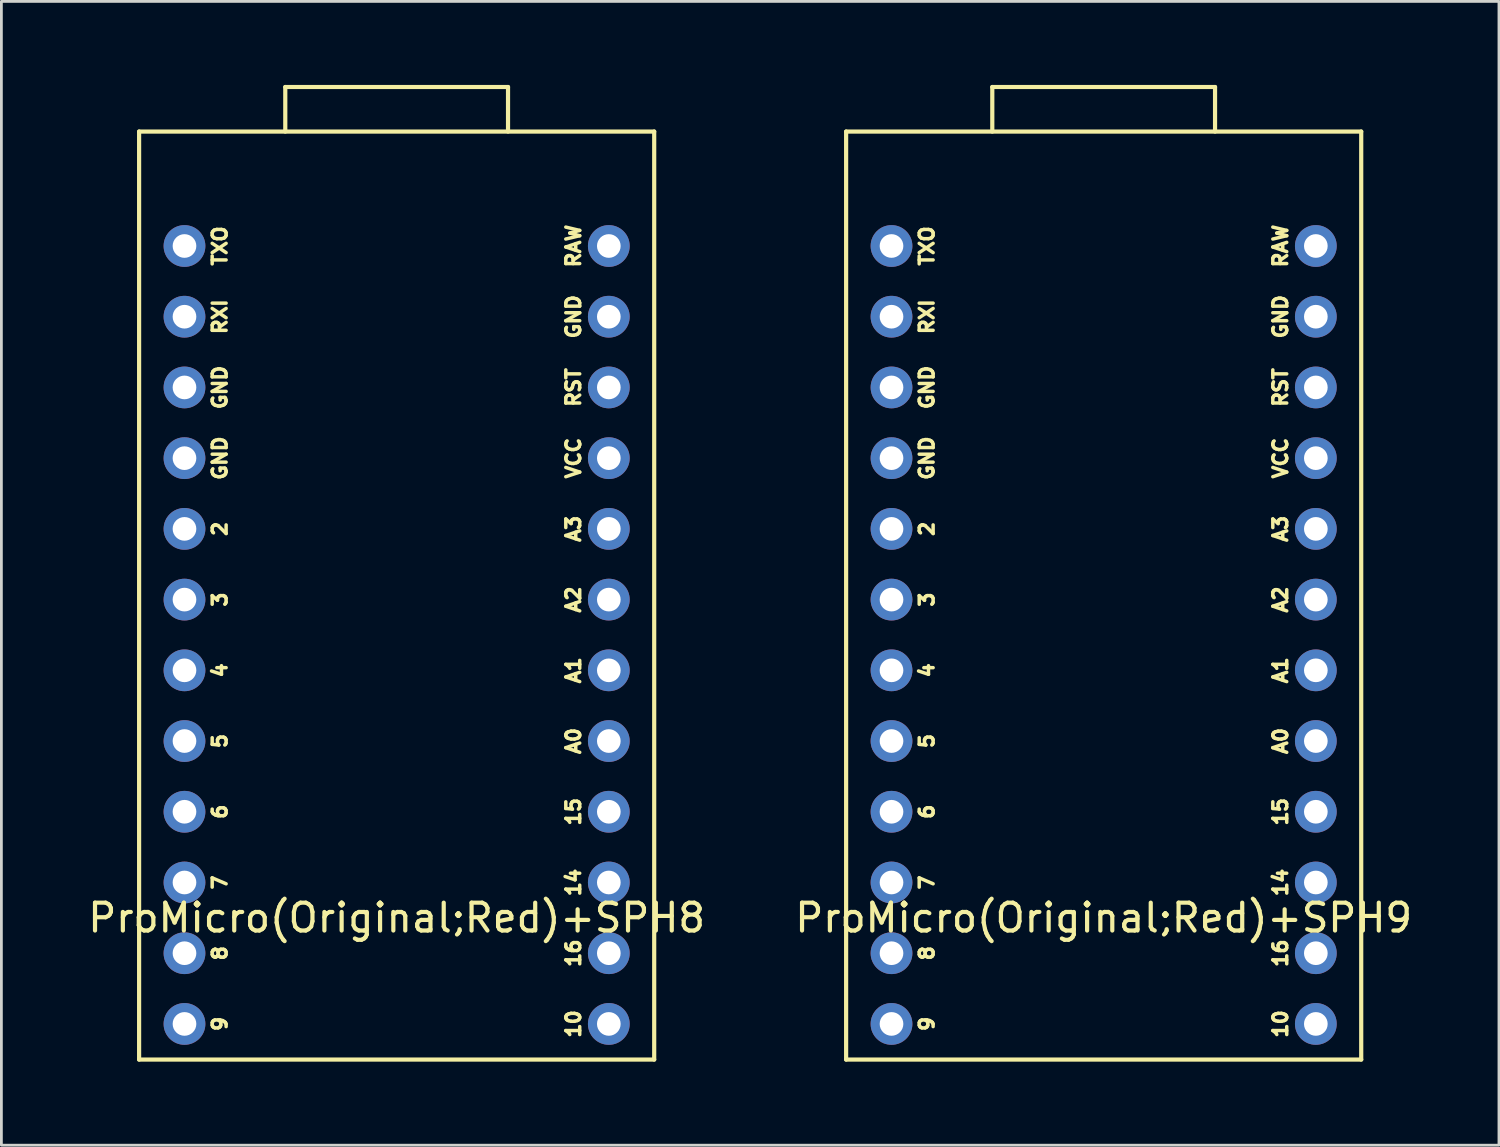
<source format=kicad_pcb>
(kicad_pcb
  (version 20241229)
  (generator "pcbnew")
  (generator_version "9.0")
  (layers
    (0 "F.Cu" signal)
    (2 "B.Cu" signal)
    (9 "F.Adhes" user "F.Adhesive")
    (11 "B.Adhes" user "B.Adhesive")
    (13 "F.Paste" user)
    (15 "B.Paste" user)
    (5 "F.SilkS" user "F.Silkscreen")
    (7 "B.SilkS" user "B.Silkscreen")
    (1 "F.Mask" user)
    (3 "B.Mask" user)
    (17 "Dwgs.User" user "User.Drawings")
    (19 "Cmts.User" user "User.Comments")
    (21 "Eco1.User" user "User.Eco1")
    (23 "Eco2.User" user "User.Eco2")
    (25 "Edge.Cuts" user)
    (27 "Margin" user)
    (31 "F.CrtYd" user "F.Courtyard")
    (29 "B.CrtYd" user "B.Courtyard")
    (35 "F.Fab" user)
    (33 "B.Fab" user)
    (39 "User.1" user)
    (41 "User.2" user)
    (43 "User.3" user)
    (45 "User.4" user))
  (footprint "ProMicro(Original;Red)+SPH9"
    (layer "F.Cu")
    (at 28.969 5.785)
    (property "Reference" "ProMicro(Original;Red)+SPH9" (at 7.62 24.13 0) (layer "F.SilkS") (effects (font (size 1 1) (thickness 0.15))))
    (attr through_hole)
    (fp_line (start -1.63 -4.11) (end -1.63 29.22) (stroke (width 0.15) (type solid)) (layer "F.SilkS"))
    (fp_line (start -1.63 29.22) (end 16.87 29.22) (stroke (width 0.15) (type solid)) (layer "F.SilkS"))
    (fp_line (start 3.62 -5.71) (end 11.62 -5.71) (stroke (width 0.15) (type solid)) (layer "F.SilkS"))
    (fp_line (start 3.62 -4.11) (end 3.62 -5.71) (stroke (width 0.15) (type solid)) (layer "F.SilkS"))
    (fp_line (start 11.62 -5.71) (end 11.62 -4.11) (stroke (width 0.15) (type solid)) (layer "F.SilkS"))
    (fp_line (start 16.87 -4.11) (end -1.63 -4.11) (stroke (width 0.15) (type solid)) (layer "F.SilkS"))
    (fp_line (start 16.87 29.22) (end 16.87 -4.11) (stroke (width 0.15) (type solid)) (layer "F.SilkS"))
    (fp_text user "VCC" (at 13.97 7.62 90) (layer "F.SilkS") (effects (font (size 0.5 0.5) (thickness 0.125))))
    (fp_text user "4" (at 1.27 15.24 90) (layer "F.SilkS") (effects (font (size 0.5 0.5) (thickness 0.125))))
    (fp_text user "A2" (at 13.97 12.7 90) (layer "F.SilkS") (effects (font (size 0.5 0.5) (thickness 0.125))))
    (fp_text user "2" (at 1.27 10.16 90) (layer "F.SilkS") (effects (font (size 0.5 0.5) (thickness 0.125))))
    (fp_text user "RXI" (at 1.27 2.54 90) (layer "F.SilkS") (effects (font (size 0.5 0.5) (thickness 0.125))))
    (fp_text user "RAW" (at 13.97 0 90) (layer "F.SilkS") (effects (font (size 0.5 0.5) (thickness 0.125))))
    (fp_text user "14" (at 13.97 22.86 90) (layer "F.SilkS") (effects (font (size 0.5 0.5) (thickness 0.125))))
    (fp_text user "TXO" (at 1.27 0 90) (layer "F.SilkS") (effects (font (size 0.5 0.5) (thickness 0.125))))
    (fp_text user "5" (at 1.27 17.78 90) (layer "F.SilkS") (effects (font (size 0.5 0.5) (thickness 0.125))))
    (fp_text user "A0" (at 13.97 17.78 90) (layer "F.SilkS") (effects (font (size 0.5 0.5) (thickness 0.125))))
    (fp_text user "8" (at 1.27 25.4 90) (layer "F.SilkS") (effects (font (size 0.5 0.5) (thickness 0.125))))
    (fp_text user "GND" (at 13.97 2.54 90) (layer "F.SilkS") (effects (font (size 0.5 0.5) (thickness 0.125))))
    (fp_text user "GND" (at 1.27 7.62 90) (layer "F.SilkS") (effects (font (size 0.5 0.5) (thickness 0.125))))
    (fp_text user "3" (at 1.27 12.7 90) (layer "F.SilkS") (effects (font (size 0.5 0.5) (thickness 0.125))))
    (fp_text user "GND" (at 1.27 5.08 90) (layer "F.SilkS") (effects (font (size 0.5 0.5) (thickness 0.125))))
    (fp_text user "15" (at 13.97 20.32 90) (layer "F.SilkS") (effects (font (size 0.5 0.5) (thickness 0.125))))
    (fp_text user "A1" (at 13.97 15.24 90) (layer "F.SilkS") (effects (font (size 0.5 0.5) (thickness 0.125))))
    (fp_text user "7" (at 1.27 22.86 90) (layer "F.SilkS") (effects (font (size 0.5 0.5) (thickness 0.125))))
    (fp_text user "A3" (at 13.97 10.16 90) (layer "F.SilkS") (effects (font (size 0.5 0.5) (thickness 0.125))))
    (fp_text user "9" (at 1.27 27.94 90) (layer "F.SilkS") (effects (font (size 0.5 0.5) (thickness 0.125))))
    (fp_text user "RST" (at 13.97 5.08 90) (layer "F.SilkS") (effects (font (size 0.5 0.5) (thickness 0.125))))
    (fp_text user "6" (at 1.27 20.32 90) (layer "F.SilkS") (effects (font (size 0.5 0.5) (thickness 0.125))))
    (fp_text user "16" (at 13.97 25.4 90) (layer "F.SilkS") (effects (font (size 0.5 0.5) (thickness 0.125))))
    (fp_text user "10" (at 13.97 27.94 90) (layer "F.SilkS") (effects (font (size 0.5 0.5) (thickness 0.125))))
    (pad "2" thru_hole circle (at 0 10.16) (size 1.5 1.5) (drill 0.85) (layers "*.Cu" "*.Mask"))
    (pad "3" thru_hole circle (at 0 12.7) (size 1.5 1.5) (drill 0.85) (layers "*.Cu" "*.Mask"))
    (pad "4" thru_hole circle (at 0 15.24) (size 1.5 1.5) (drill 0.85) (layers "*.Cu" "*.Mask"))
    (pad "5" thru_hole circle (at 0 17.78) (size 1.5 1.5) (drill 0.85) (layers "*.Cu" "*.Mask"))
    (pad "6" thru_hole circle (at 0 20.32) (size 1.5 1.5) (drill 0.85) (layers "*.Cu" "*.Mask"))
    (pad "7" thru_hole circle (at 0 22.86) (size 1.5 1.5) (drill 0.85) (layers "*.Cu" "*.Mask"))
    (pad "8" thru_hole circle (at 0 25.4) (size 1.5 1.5) (drill 0.85) (layers "*.Cu" "*.Mask"))
    (pad "9" thru_hole circle (at 0 27.94) (size 1.5 1.5) (drill 0.85) (layers "*.Cu" "*.Mask"))
    (pad "10" thru_hole circle (at 15.24 27.94) (size 1.5 1.5) (drill 0.85) (layers "*.Cu" "*.Mask"))
    (pad "14" thru_hole circle (at 15.24 22.86) (size 1.5 1.5) (drill 0.85) (layers "*.Cu" "*.Mask"))
    (pad "15" thru_hole circle (at 15.24 20.32) (size 1.5 1.5) (drill 0.85) (layers "*.Cu" "*.Mask"))
    (pad "16" thru_hole circle (at 15.24 25.4) (size 1.5 1.5) (drill 0.85) (layers "*.Cu" "*.Mask"))
    (pad "A0" thru_hole circle (at 15.24 17.78) (size 1.5 1.5) (drill 0.85) (layers "*.Cu" "*.Mask"))
    (pad "A1" thru_hole circle (at 15.24 15.24) (size 1.5 1.5) (drill 0.85) (layers "*.Cu" "*.Mask"))
    (pad "A2" thru_hole circle (at 15.24 12.7) (size 1.5 1.5) (drill 0.85) (layers "*.Cu" "*.Mask"))
    (pad "A3" thru_hole circle (at 15.24 10.16) (size 1.5 1.5) (drill 0.85) (layers "*.Cu" "*.Mask"))
    (pad "GND0" thru_hole circle (at 15.24 2.54) (size 1.5 1.5) (drill 0.85) (layers "*.Cu" "*.Mask"))
    (pad "GND1" thru_hole circle (at 0 5.08) (size 1.5 1.5) (drill 0.85) (layers "*.Cu" "*.Mask"))
    (pad "GND2" thru_hole circle (at 0 7.62) (size 1.5 1.5) (drill 0.85) (layers "*.Cu" "*.Mask"))
    (pad "RAW" thru_hole circle (at 15.24 0) (size 1.5 1.5) (drill 0.85) (layers "*.Cu" "*.Mask"))
    (pad "RST" thru_hole circle (at 15.24 5.08) (size 1.5 1.5) (drill 0.85) (layers "*.Cu" "*.Mask"))
    (pad "RXI" thru_hole circle (at 0 2.54) (size 1.5 1.5) (drill 0.85) (layers "*.Cu" "*.Mask"))
    (pad "TXO" thru_hole circle (at 0 0 90) (size 1.5 1.5) (drill 0.85) (layers "*.Cu" "*.Mask"))
    (pad "VCC" thru_hole circle (at 15.24 7.62) (size 1.5 1.5) (drill 0.85) (layers "*.Cu" "*.Mask")))
  (footprint "ProMicro(Original;Red)+SPH8"
    (layer "F.Cu")
    (at 3.576 5.785)
    (property "Reference" "ProMicro(Original;Red)+SPH8" (at 7.62 24.13 0) (layer "F.SilkS") (effects (font (size 1 1) (thickness 0.15))))
    (attr through_hole)
    (fp_line (start -1.63 -4.11) (end -1.63 29.22) (stroke (width 0.15) (type solid)) (layer "F.SilkS"))
    (fp_line (start -1.63 29.22) (end 16.87 29.22) (stroke (width 0.15) (type solid)) (layer "F.SilkS"))
    (fp_line (start 3.62 -5.71) (end 11.62 -5.71) (stroke (width 0.15) (type solid)) (layer "F.SilkS"))
    (fp_line (start 3.62 -4.11) (end 3.62 -5.71) (stroke (width 0.15) (type solid)) (layer "F.SilkS"))
    (fp_line (start 11.62 -5.71) (end 11.62 -4.11) (stroke (width 0.15) (type solid)) (layer "F.SilkS"))
    (fp_line (start 16.87 -4.11) (end -1.63 -4.11) (stroke (width 0.15) (type solid)) (layer "F.SilkS"))
    (fp_line (start 16.87 29.22) (end 16.87 -4.11) (stroke (width 0.15) (type solid)) (layer "F.SilkS"))
    (fp_text user "8" (at 1.27 25.4 90) (layer "F.SilkS") (effects (font (size 0.5 0.5) (thickness 0.125))))
    (fp_text user "A1" (at 13.97 15.24 90) (layer "F.SilkS") (effects (font (size 0.5 0.5) (thickness 0.125))))
    (fp_text user "GND" (at 1.27 5.08 90) (layer "F.SilkS") (effects (font (size 0.5 0.5) (thickness 0.125))))
    (fp_text user "RXI" (at 1.27 2.54 90) (layer "F.SilkS") (effects (font (size 0.5 0.5) (thickness 0.125))))
    (fp_text user "9" (at 1.27 27.94 90) (layer "F.SilkS") (effects (font (size 0.5 0.5) (thickness 0.125))))
    (fp_text user "15" (at 13.97 20.32 90) (layer "F.SilkS") (effects (font (size 0.5 0.5) (thickness 0.125))))
    (fp_text user "GND" (at 13.97 2.54 90) (layer "F.SilkS") (effects (font (size 0.5 0.5) (thickness 0.125))))
    (fp_text user "RST" (at 13.97 5.08 90) (layer "F.SilkS") (effects (font (size 0.5 0.5) (thickness 0.125))))
    (fp_text user "TXO" (at 1.27 0 90) (layer "F.SilkS") (effects (font (size 0.5 0.5) (thickness 0.125))))
    (fp_text user "16" (at 13.97 25.4 90) (layer "F.SilkS") (effects (font (size 0.5 0.5) (thickness 0.125))))
    (fp_text user "A0" (at 13.97 17.78 90) (layer "F.SilkS") (effects (font (size 0.5 0.5) (thickness 0.125))))
    (fp_text user "3" (at 1.27 12.7 90) (layer "F.SilkS") (effects (font (size 0.5 0.5) (thickness 0.125))))
    (fp_text user "7" (at 1.27 22.86 90) (layer "F.SilkS") (effects (font (size 0.5 0.5) (thickness 0.125))))
    (fp_text user "10" (at 13.97 27.94 90) (layer "F.SilkS") (effects (font (size 0.5 0.5) (thickness 0.125))))
    (fp_text user "RAW" (at 13.97 0 90) (layer "F.SilkS") (effects (font (size 0.5 0.5) (thickness 0.125))))
    (fp_text user "4" (at 1.27 15.24 90) (layer "F.SilkS") (effects (font (size 0.5 0.5) (thickness 0.125))))
    (fp_text user "14" (at 13.97 22.86 90) (layer "F.SilkS") (effects (font (size 0.5 0.5) (thickness 0.125))))
    (fp_text user "VCC" (at 13.97 7.62 90) (layer "F.SilkS") (effects (font (size 0.5 0.5) (thickness 0.125))))
    (fp_text user "A2" (at 13.97 12.7 90) (layer "F.SilkS") (effects (font (size 0.5 0.5) (thickness 0.125))))
    (fp_text user "A3" (at 13.97 10.16 90) (layer "F.SilkS") (effects (font (size 0.5 0.5) (thickness 0.125))))
    (fp_text user "2" (at 1.27 10.16 90) (layer "F.SilkS") (effects (font (size 0.5 0.5) (thickness 0.125))))
    (fp_text user "6" (at 1.27 20.32 90) (layer "F.SilkS") (effects (font (size 0.5 0.5) (thickness 0.125))))
    (fp_text user "5" (at 1.27 17.78 90) (layer "F.SilkS") (effects (font (size 0.5 0.5) (thickness 0.125))))
    (fp_text user "GND" (at 1.27 7.62 90) (layer "F.SilkS") (effects (font (size 0.5 0.5) (thickness 0.125))))
    (pad "2" thru_hole circle (at 0 10.16) (size 1.5 1.5) (drill 0.85) (layers "*.Cu" "*.Mask"))
    (pad "3" thru_hole circle (at 0 12.7) (size 1.5 1.5) (drill 0.85) (layers "*.Cu" "*.Mask"))
    (pad "4" thru_hole circle (at 0 15.24) (size 1.5 1.5) (drill 0.85) (layers "*.Cu" "*.Mask"))
    (pad "5" thru_hole circle (at 0 17.78) (size 1.5 1.5) (drill 0.85) (layers "*.Cu" "*.Mask"))
    (pad "6" thru_hole circle (at 0 20.32) (size 1.5 1.5) (drill 0.85) (layers "*.Cu" "*.Mask"))
    (pad "7" thru_hole circle (at 0 22.86) (size 1.5 1.5) (drill 0.85) (layers "*.Cu" "*.Mask"))
    (pad "8" thru_hole circle (at 0 25.4) (size 1.5 1.5) (drill 0.85) (layers "*.Cu" "*.Mask"))
    (pad "9" thru_hole circle (at 0 27.94) (size 1.5 1.5) (drill 0.85) (layers "*.Cu" "*.Mask"))
    (pad "10" thru_hole circle (at 15.24 27.94) (size 1.5 1.5) (drill 0.85) (layers "*.Cu" "*.Mask"))
    (pad "14" thru_hole circle (at 15.24 22.86) (size 1.5 1.5) (drill 0.85) (layers "*.Cu" "*.Mask"))
    (pad "15" thru_hole circle (at 15.24 20.32) (size 1.5 1.5) (drill 0.85) (layers "*.Cu" "*.Mask"))
    (pad "16" thru_hole circle (at 15.24 25.4) (size 1.5 1.5) (drill 0.85) (layers "*.Cu" "*.Mask"))
    (pad "A0" thru_hole circle (at 15.24 17.78) (size 1.5 1.5) (drill 0.85) (layers "*.Cu" "*.Mask"))
    (pad "A1" thru_hole circle (at 15.24 15.24) (size 1.5 1.5) (drill 0.85) (layers "*.Cu" "*.Mask"))
    (pad "A2" thru_hole circle (at 15.24 12.7) (size 1.5 1.5) (drill 0.85) (layers "*.Cu" "*.Mask"))
    (pad "A3" thru_hole circle (at 15.24 10.16) (size 1.5 1.5) (drill 0.85) (layers "*.Cu" "*.Mask"))
    (pad "GND0" thru_hole circle (at 15.24 2.54) (size 1.5 1.5) (drill 0.85) (layers "*.Cu" "*.Mask"))
    (pad "GND1" thru_hole circle (at 0 5.08) (size 1.5 1.5) (drill 0.85) (layers "*.Cu" "*.Mask"))
    (pad "GND2" thru_hole circle (at 0 7.62) (size 1.5 1.5) (drill 0.85) (layers "*.Cu" "*.Mask"))
    (pad "RAW" thru_hole circle (at 15.24 0) (size 1.5 1.5) (drill 0.85) (layers "*.Cu" "*.Mask"))
    (pad "RST" thru_hole circle (at 15.24 5.08) (size 1.5 1.5) (drill 0.85) (layers "*.Cu" "*.Mask"))
    (pad "RXI" thru_hole circle (at 0 2.54) (size 1.5 1.5) (drill 0.85) (layers "*.Cu" "*.Mask"))
    (pad "TXO" thru_hole circle (at 0 0 90) (size 1.5 1.5) (drill 0.85) (layers "*.Cu" "*.Mask"))
    (pad "VCC" thru_hole circle (at 15.24 7.62) (size 1.5 1.5) (drill 0.85) (layers "*.Cu" "*.Mask")))
  (gr_rect
    (start -3 -3)
    (end 50.786 38.08)
    (stroke (width 0.1) (type default))
    (fill no)
    (layer "Edge.Cuts")))
</source>
